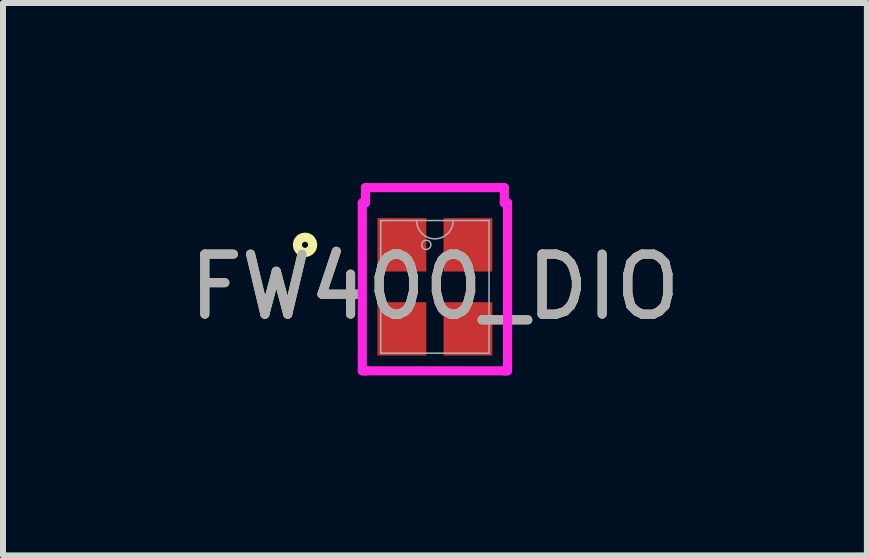
<source format=kicad_pcb>
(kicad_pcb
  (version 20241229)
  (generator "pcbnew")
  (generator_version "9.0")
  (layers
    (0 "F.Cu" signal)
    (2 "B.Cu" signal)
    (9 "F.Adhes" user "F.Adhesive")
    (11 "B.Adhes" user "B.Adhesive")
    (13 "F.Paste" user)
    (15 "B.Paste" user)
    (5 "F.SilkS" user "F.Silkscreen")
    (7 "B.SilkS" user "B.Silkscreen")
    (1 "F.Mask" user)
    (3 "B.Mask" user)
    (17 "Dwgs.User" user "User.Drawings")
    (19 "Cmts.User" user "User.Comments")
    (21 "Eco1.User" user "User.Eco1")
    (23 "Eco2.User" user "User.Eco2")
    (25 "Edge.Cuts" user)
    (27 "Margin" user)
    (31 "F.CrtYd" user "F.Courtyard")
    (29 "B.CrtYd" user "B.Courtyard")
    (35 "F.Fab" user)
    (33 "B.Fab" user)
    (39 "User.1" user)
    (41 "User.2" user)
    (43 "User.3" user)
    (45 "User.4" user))
  (footprint "FW400_DIO"
    (layer "F.Cu")
    (at 4.196 1.729)
    (property "Reference" "FW400_DIO" (at 0 0 0) (unlocked yes) (layer "F.SilkS") (effects (font (size 1 1) (thickness 0.15))))
    (attr smd)
    (fp_circle (center -2.164 -0.7) (end -2.037 -0.7) (stroke (width 0.152) (type solid)) (fill no) (layer "F.SilkS"))
    (fp_line (start -1.21 -1.399) (end -1.156 -1.399) (stroke (width 0.152) (type solid)) (layer "F.CrtYd"))
    (fp_line (start -1.21 1.399) (end -1.21 -1.399) (stroke (width 0.152) (type solid)) (layer "F.CrtYd"))
    (fp_line (start -1.21 1.399) (end -1.156 1.399) (stroke (width 0.152) (type solid)) (layer "F.CrtYd"))
    (fp_line (start -1.156 -1.653) (end 1.156 -1.653) (stroke (width 0.152) (type solid)) (layer "F.CrtYd"))
    (fp_line (start -1.156 -1.399) (end -1.156 -1.653) (stroke (width 0.152) (type solid)) (layer "F.CrtYd"))
    (fp_line (start -1.156 1.399) (end -1.156 1.399) (stroke (width 0.152) (type solid)) (layer "F.CrtYd"))
    (fp_line (start 1.156 -1.653) (end 1.156 -1.399) (stroke (width 0.152) (type solid)) (layer "F.CrtYd"))
    (fp_line (start 1.156 1.399) (end -1.156 1.399) (stroke (width 0.152) (type solid)) (layer "F.CrtYd"))
    (fp_line (start 1.156 1.399) (end 1.156 1.399) (stroke (width 0.152) (type solid)) (layer "F.CrtYd"))
    (fp_line (start 1.21 -1.399) (end 1.156 -1.399) (stroke (width 0.152) (type solid)) (layer "F.CrtYd"))
    (fp_line (start 1.21 -1.399) (end 1.21 1.399) (stroke (width 0.152) (type solid)) (layer "F.CrtYd"))
    (fp_line (start 1.21 1.399) (end 1.156 1.399) (stroke (width 0.152) (type solid)) (layer "F.CrtYd"))
    (fp_line (start -0.902 -1.105) (end -0.902 1.105) (stroke (width 0.025) (type solid)) (layer "F.Fab"))
    (fp_line (start -0.902 1.105) (end 0.902 1.105) (stroke (width 0.025) (type solid)) (layer "F.Fab"))
    (fp_line (start 0.902 -1.105) (end -0.902 -1.105) (stroke (width 0.025) (type solid)) (layer "F.Fab"))
    (fp_line (start 0.902 1.105) (end 0.902 -1.105) (stroke (width 0.025) (type solid)) (layer "F.Fab"))
    (fp_arc (start 0.3048 -1.1049) (mid 0 -0.8001) (end -0.3048 -1.1049) (stroke (width 0.0254) (type solid)) (layer "F.Fab"))
    (fp_circle (center -0.144 -0.7) (end -0.067 -0.7) (stroke (width 0.025) (type solid)) (fill no) (layer "F.Fab"))
    (fp_text user "${REFERENCE}" (at 0 0 0) (unlocked yes) (layer "F.Fab") (effects (font (size 1 1) (thickness 0.15))))
    (pad "1" smd rect (at -0.55 -0.7) (size 0.813 0.889) (layers "F.Cu" "F.Mask" "F.Paste"))
    (pad "2" smd rect (at -0.55 0.7) (size 0.813 0.889) (layers "F.Cu" "F.Mask" "F.Paste"))
    (pad "3" smd rect (at 0.55 0.7) (size 0.813 0.889) (layers "F.Cu" "F.Mask" "F.Paste"))
    (pad "4" smd rect (at 0.55 -0.7) (size 0.813 0.889) (layers "F.Cu" "F.Mask" "F.Paste")))
  (gr_rect
    (start -3 -3)
    (end 11.393 6.203)
    (stroke (width 0.1) (type default))
    (fill no)
    (layer "Edge.Cuts")))
</source>
